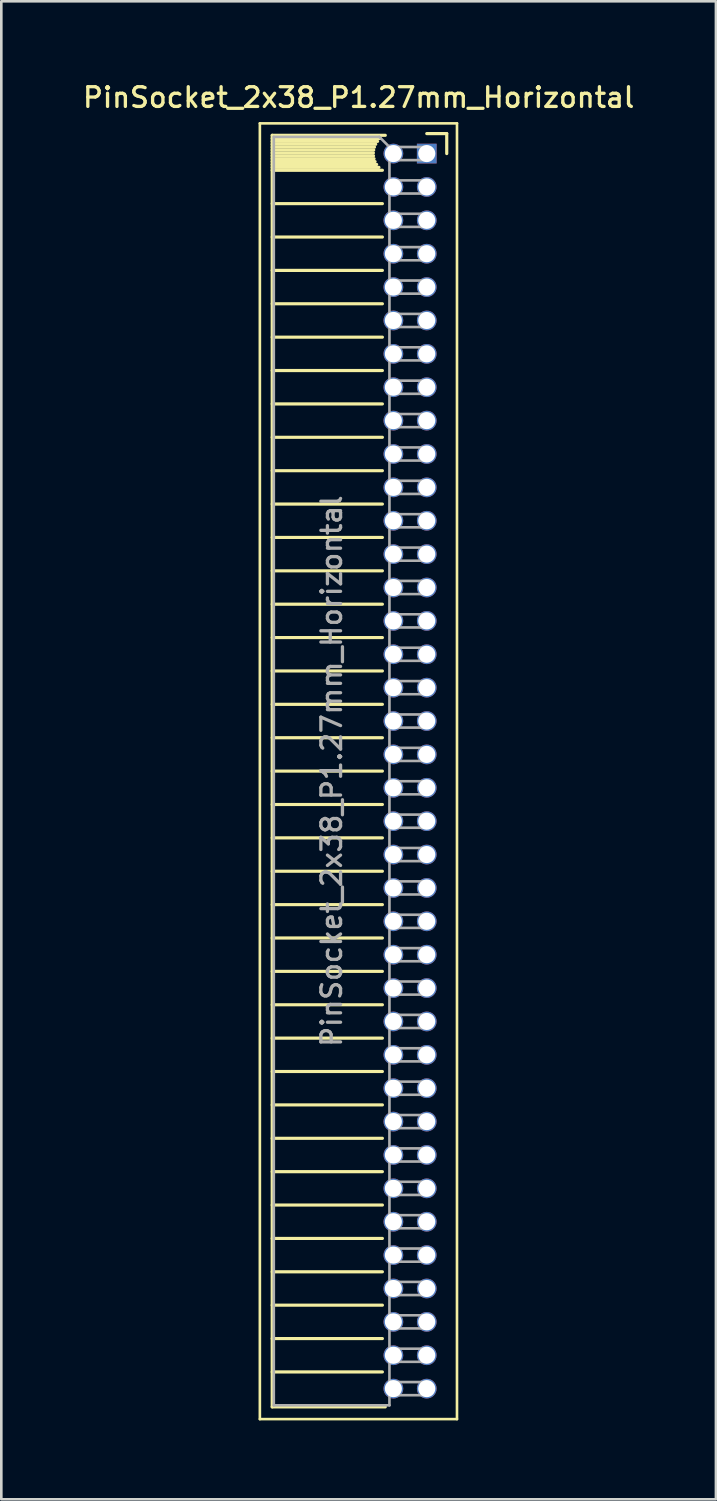
<source format=kicad_pcb>
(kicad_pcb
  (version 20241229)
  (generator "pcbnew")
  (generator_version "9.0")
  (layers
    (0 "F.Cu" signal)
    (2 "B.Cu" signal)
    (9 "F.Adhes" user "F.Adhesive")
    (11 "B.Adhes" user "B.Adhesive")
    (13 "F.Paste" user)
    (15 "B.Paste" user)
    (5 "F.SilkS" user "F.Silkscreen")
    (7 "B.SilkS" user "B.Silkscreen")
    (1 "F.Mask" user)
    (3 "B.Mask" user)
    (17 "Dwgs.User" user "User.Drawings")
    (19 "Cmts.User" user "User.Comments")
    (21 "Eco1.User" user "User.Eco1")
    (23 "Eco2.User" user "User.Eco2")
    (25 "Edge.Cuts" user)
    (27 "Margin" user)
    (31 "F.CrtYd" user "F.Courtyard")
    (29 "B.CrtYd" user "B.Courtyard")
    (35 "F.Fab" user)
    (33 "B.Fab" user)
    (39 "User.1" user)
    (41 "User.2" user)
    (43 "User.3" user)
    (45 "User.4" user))
  (footprint "PinSocket_2x38_P1.27mm_Horizontal"
    (layer "F.Cu")
    (at 13.187 2.793)
    (property "Reference" "PinSocket_2x38_P1.27mm_Horizontal" (at -2.592 -2.135 0) (layer "F.SilkS") (effects (font (size 0.75 0.75) (thickness 0.125))))
    (attr through_hole)
    (fp_line (start -6.35 -1.15) (end -6.35 48.15) (stroke (width 0.1) (type solid)) (layer "F.SilkS"))
    (fp_line (start -6.35 48.15) (end 1.15 48.15) (stroke (width 0.1) (type solid)) (layer "F.SilkS"))
    (fp_line (start -5.88 -0.695) (end -5.88 47.685) (stroke (width 0.12) (type solid)) (layer "F.SilkS"))
    (fp_line (start -5.88 -0.695) (end -1.578 -0.695) (stroke (width 0.12) (type solid)) (layer "F.SilkS"))
    (fp_line (start -5.88 -0.575) (end -1.767 -0.575) (stroke (width 0.12) (type solid)) (layer "F.SilkS"))
    (fp_line (start -5.88 -0.465) (end -1.871 -0.465) (stroke (width 0.12) (type solid)) (layer "F.SilkS"))
    (fp_line (start -5.88 -0.355) (end -1.942 -0.355) (stroke (width 0.12) (type solid)) (layer "F.SilkS"))
    (fp_line (start -5.88 -0.245) (end -1.989 -0.245) (stroke (width 0.12) (type solid)) (layer "F.SilkS"))
    (fp_line (start -5.88 -0.135) (end -2.018 -0.135) (stroke (width 0.12) (type solid)) (layer "F.SilkS"))
    (fp_line (start -5.88 -0.025) (end -2.03 -0.025) (stroke (width 0.12) (type solid)) (layer "F.SilkS"))
    (fp_line (start -5.88 0.085) (end -2.025 0.085) (stroke (width 0.12) (type solid)) (layer "F.SilkS"))
    (fp_line (start -5.88 0.195) (end -2.005 0.195) (stroke (width 0.12) (type solid)) (layer "F.SilkS"))
    (fp_line (start -5.88 0.305) (end -1.966 0.305) (stroke (width 0.12) (type solid)) (layer "F.SilkS"))
    (fp_line (start -5.88 0.415) (end -1.907 0.415) (stroke (width 0.12) (type solid)) (layer "F.SilkS"))
    (fp_line (start -5.88 0.525) (end -1.82 0.525) (stroke (width 0.12) (type solid)) (layer "F.SilkS"))
    (fp_line (start -5.88 0.635) (end -1.688 0.635) (stroke (width 0.12) (type solid)) (layer "F.SilkS"))
    (fp_line (start -5.88 1.905) (end -1.688 1.905) (stroke (width 0.12) (type solid)) (layer "F.SilkS"))
    (fp_line (start -5.88 3.175) (end -1.688 3.175) (stroke (width 0.12) (type solid)) (layer "F.SilkS"))
    (fp_line (start -5.88 4.445) (end -1.688 4.445) (stroke (width 0.12) (type solid)) (layer "F.SilkS"))
    (fp_line (start -5.88 5.715) (end -1.688 5.715) (stroke (width 0.12) (type solid)) (layer "F.SilkS"))
    (fp_line (start -5.88 6.985) (end -1.688 6.985) (stroke (width 0.12) (type solid)) (layer "F.SilkS"))
    (fp_line (start -5.88 8.255) (end -1.688 8.255) (stroke (width 0.12) (type solid)) (layer "F.SilkS"))
    (fp_line (start -5.88 9.525) (end -1.688 9.525) (stroke (width 0.12) (type solid)) (layer "F.SilkS"))
    (fp_line (start -5.88 10.795) (end -1.688 10.795) (stroke (width 0.12) (type solid)) (layer "F.SilkS"))
    (fp_line (start -5.88 12.065) (end -1.688 12.065) (stroke (width 0.12) (type solid)) (layer "F.SilkS"))
    (fp_line (start -5.88 13.335) (end -1.688 13.335) (stroke (width 0.12) (type solid)) (layer "F.SilkS"))
    (fp_line (start -5.88 14.605) (end -1.688 14.605) (stroke (width 0.12) (type solid)) (layer "F.SilkS"))
    (fp_line (start -5.88 15.875) (end -1.688 15.875) (stroke (width 0.12) (type solid)) (layer "F.SilkS"))
    (fp_line (start -5.88 17.145) (end -1.688 17.145) (stroke (width 0.12) (type solid)) (layer "F.SilkS"))
    (fp_line (start -5.88 18.415) (end -1.688 18.415) (stroke (width 0.12) (type solid)) (layer "F.SilkS"))
    (fp_line (start -5.88 19.685) (end -1.688 19.685) (stroke (width 0.12) (type solid)) (layer "F.SilkS"))
    (fp_line (start -5.88 20.955) (end -1.688 20.955) (stroke (width 0.12) (type solid)) (layer "F.SilkS"))
    (fp_line (start -5.88 22.225) (end -1.688 22.225) (stroke (width 0.12) (type solid)) (layer "F.SilkS"))
    (fp_line (start -5.88 23.495) (end -1.688 23.495) (stroke (width 0.12) (type solid)) (layer "F.SilkS"))
    (fp_line (start -5.88 24.765) (end -1.688 24.765) (stroke (width 0.12) (type solid)) (layer "F.SilkS"))
    (fp_line (start -5.88 26.035) (end -1.688 26.035) (stroke (width 0.12) (type solid)) (layer "F.SilkS"))
    (fp_line (start -5.88 27.305) (end -1.688 27.305) (stroke (width 0.12) (type solid)) (layer "F.SilkS"))
    (fp_line (start -5.88 28.575) (end -1.688 28.575) (stroke (width 0.12) (type solid)) (layer "F.SilkS"))
    (fp_line (start -5.88 29.845) (end -1.688 29.845) (stroke (width 0.12) (type solid)) (layer "F.SilkS"))
    (fp_line (start -5.88 31.115) (end -1.688 31.115) (stroke (width 0.12) (type solid)) (layer "F.SilkS"))
    (fp_line (start -5.88 32.385) (end -1.688 32.385) (stroke (width 0.12) (type solid)) (layer "F.SilkS"))
    (fp_line (start -5.88 33.655) (end -1.688 33.655) (stroke (width 0.12) (type solid)) (layer "F.SilkS"))
    (fp_line (start -5.88 34.925) (end -1.688 34.925) (stroke (width 0.12) (type solid)) (layer "F.SilkS"))
    (fp_line (start -5.88 36.195) (end -1.688 36.195) (stroke (width 0.12) (type solid)) (layer "F.SilkS"))
    (fp_line (start -5.88 37.465) (end -1.688 37.465) (stroke (width 0.12) (type solid)) (layer "F.SilkS"))
    (fp_line (start -5.88 38.735) (end -1.688 38.735) (stroke (width 0.12) (type solid)) (layer "F.SilkS"))
    (fp_line (start -5.88 40.005) (end -1.688 40.005) (stroke (width 0.12) (type solid)) (layer "F.SilkS"))
    (fp_line (start -5.88 41.275) (end -1.688 41.275) (stroke (width 0.12) (type solid)) (layer "F.SilkS"))
    (fp_line (start -5.88 42.545) (end -1.688 42.545) (stroke (width 0.12) (type solid)) (layer "F.SilkS"))
    (fp_line (start -5.88 43.815) (end -1.688 43.815) (stroke (width 0.12) (type solid)) (layer "F.SilkS"))
    (fp_line (start -5.88 45.085) (end -1.688 45.085) (stroke (width 0.12) (type solid)) (layer "F.SilkS"))
    (fp_line (start -5.88 46.355) (end -1.688 46.355) (stroke (width 0.12) (type solid)) (layer "F.SilkS"))
    (fp_line (start -5.88 47.685) (end -1.578 47.685) (stroke (width 0.12) (type solid)) (layer "F.SilkS"))
    (fp_line (start 0 -0.76) (end 0.76 -0.76) (stroke (width 0.12) (type solid)) (layer "F.SilkS"))
    (fp_line (start 0.76 -0.76) (end 0.76 0) (stroke (width 0.12) (type solid)) (layer "F.SilkS"))
    (fp_line (start 1.15 -1.15) (end -6.35 -1.15) (stroke (width 0.1) (type solid)) (layer "F.SilkS"))
    (fp_line (start 1.15 48.15) (end 1.15 -1.15) (stroke (width 0.1) (type solid)) (layer "F.SilkS"))
    (fp_line (start -5.82 -0.635) (end -1.805 -0.635) (stroke (width 0.1) (type solid)) (layer "F.Fab"))
    (fp_line (start -5.82 47.625) (end -5.82 -0.635) (stroke (width 0.1) (type solid)) (layer "F.Fab"))
    (fp_line (start -1.805 -0.635) (end -1.42 -0.25) (stroke (width 0.1) (type solid)) (layer "F.Fab"))
    (fp_line (start -1.42 -0.25) (end -1.42 47.625) (stroke (width 0.1) (type solid)) (layer "F.Fab"))
    (fp_line (start -1.42 0.25) (end 0 0.25) (stroke (width 0.1) (type solid)) (layer "F.Fab"))
    (fp_line (start -1.42 1.52) (end 0 1.52) (stroke (width 0.1) (type solid)) (layer "F.Fab"))
    (fp_line (start -1.42 2.79) (end 0 2.79) (stroke (width 0.1) (type solid)) (layer "F.Fab"))
    (fp_line (start -1.42 4.06) (end 0 4.06) (stroke (width 0.1) (type solid)) (layer "F.Fab"))
    (fp_line (start -1.42 5.33) (end 0 5.33) (stroke (width 0.1) (type solid)) (layer "F.Fab"))
    (fp_line (start -1.42 6.6) (end 0 6.6) (stroke (width 0.1) (type solid)) (layer "F.Fab"))
    (fp_line (start -1.42 7.87) (end 0 7.87) (stroke (width 0.1) (type solid)) (layer "F.Fab"))
    (fp_line (start -1.42 9.14) (end 0 9.14) (stroke (width 0.1) (type solid)) (layer "F.Fab"))
    (fp_line (start -1.42 10.41) (end 0 10.41) (stroke (width 0.1) (type solid)) (layer "F.Fab"))
    (fp_line (start -1.42 11.68) (end 0 11.68) (stroke (width 0.1) (type solid)) (layer "F.Fab"))
    (fp_line (start -1.42 12.95) (end 0 12.95) (stroke (width 0.1) (type solid)) (layer "F.Fab"))
    (fp_line (start -1.42 14.22) (end 0 14.22) (stroke (width 0.1) (type solid)) (layer "F.Fab"))
    (fp_line (start -1.42 15.49) (end 0 15.49) (stroke (width 0.1) (type solid)) (layer "F.Fab"))
    (fp_line (start -1.42 16.76) (end 0 16.76) (stroke (width 0.1) (type solid)) (layer "F.Fab"))
    (fp_line (start -1.42 18.03) (end 0 18.03) (stroke (width 0.1) (type solid)) (layer "F.Fab"))
    (fp_line (start -1.42 19.3) (end 0 19.3) (stroke (width 0.1) (type solid)) (layer "F.Fab"))
    (fp_line (start -1.42 20.57) (end 0 20.57) (stroke (width 0.1) (type solid)) (layer "F.Fab"))
    (fp_line (start -1.42 21.84) (end 0 21.84) (stroke (width 0.1) (type solid)) (layer "F.Fab"))
    (fp_line (start -1.42 23.11) (end 0 23.11) (stroke (width 0.1) (type solid)) (layer "F.Fab"))
    (fp_line (start -1.42 24.38) (end 0 24.38) (stroke (width 0.1) (type solid)) (layer "F.Fab"))
    (fp_line (start -1.42 25.65) (end 0 25.65) (stroke (width 0.1) (type solid)) (layer "F.Fab"))
    (fp_line (start -1.42 26.92) (end 0 26.92) (stroke (width 0.1) (type solid)) (layer "F.Fab"))
    (fp_line (start -1.42 28.19) (end 0 28.19) (stroke (width 0.1) (type solid)) (layer "F.Fab"))
    (fp_line (start -1.42 29.46) (end 0 29.46) (stroke (width 0.1) (type solid)) (layer "F.Fab"))
    (fp_line (start -1.42 30.73) (end 0 30.73) (stroke (width 0.1) (type solid)) (layer "F.Fab"))
    (fp_line (start -1.42 32) (end 0 32) (stroke (width 0.1) (type solid)) (layer "F.Fab"))
    (fp_line (start -1.42 33.27) (end 0 33.27) (stroke (width 0.1) (type solid)) (layer "F.Fab"))
    (fp_line (start -1.42 34.54) (end 0 34.54) (stroke (width 0.1) (type solid)) (layer "F.Fab"))
    (fp_line (start -1.42 35.81) (end 0 35.81) (stroke (width 0.1) (type solid)) (layer "F.Fab"))
    (fp_line (start -1.42 37.08) (end 0 37.08) (stroke (width 0.1) (type solid)) (layer "F.Fab"))
    (fp_line (start -1.42 38.35) (end 0 38.35) (stroke (width 0.1) (type solid)) (layer "F.Fab"))
    (fp_line (start -1.42 39.62) (end 0 39.62) (stroke (width 0.1) (type solid)) (layer "F.Fab"))
    (fp_line (start -1.42 40.89) (end 0 40.89) (stroke (width 0.1) (type solid)) (layer "F.Fab"))
    (fp_line (start -1.42 42.16) (end 0 42.16) (stroke (width 0.1) (type solid)) (layer "F.Fab"))
    (fp_line (start -1.42 43.43) (end 0 43.43) (stroke (width 0.1) (type solid)) (layer "F.Fab"))
    (fp_line (start -1.42 44.7) (end 0 44.7) (stroke (width 0.1) (type solid)) (layer "F.Fab"))
    (fp_line (start -1.42 45.97) (end 0 45.97) (stroke (width 0.1) (type solid)) (layer "F.Fab"))
    (fp_line (start -1.42 47.24) (end 0 47.24) (stroke (width 0.1) (type solid)) (layer "F.Fab"))
    (fp_line (start -1.42 47.625) (end -5.82 47.625) (stroke (width 0.1) (type solid)) (layer "F.Fab"))
    (fp_line (start 0 -0.25) (end -1.42 -0.25) (stroke (width 0.1) (type solid)) (layer "F.Fab"))
    (fp_line (start 0 0.25) (end 0 -0.25) (stroke (width 0.1) (type solid)) (layer "F.Fab"))
    (fp_line (start 0 1.02) (end -1.42 1.02) (stroke (width 0.1) (type solid)) (layer "F.Fab"))
    (fp_line (start 0 1.52) (end 0 1.02) (stroke (width 0.1) (type solid)) (layer "F.Fab"))
    (fp_line (start 0 2.29) (end -1.42 2.29) (stroke (width 0.1) (type solid)) (layer "F.Fab"))
    (fp_line (start 0 2.79) (end 0 2.29) (stroke (width 0.1) (type solid)) (layer "F.Fab"))
    (fp_line (start 0 3.56) (end -1.42 3.56) (stroke (width 0.1) (type solid)) (layer "F.Fab"))
    (fp_line (start 0 4.06) (end 0 3.56) (stroke (width 0.1) (type solid)) (layer "F.Fab"))
    (fp_line (start 0 4.83) (end -1.42 4.83) (stroke (width 0.1) (type solid)) (layer "F.Fab"))
    (fp_line (start 0 5.33) (end 0 4.83) (stroke (width 0.1) (type solid)) (layer "F.Fab"))
    (fp_line (start 0 6.1) (end -1.42 6.1) (stroke (width 0.1) (type solid)) (layer "F.Fab"))
    (fp_line (start 0 6.6) (end 0 6.1) (stroke (width 0.1) (type solid)) (layer "F.Fab"))
    (fp_line (start 0 7.37) (end -1.42 7.37) (stroke (width 0.1) (type solid)) (layer "F.Fab"))
    (fp_line (start 0 7.87) (end 0 7.37) (stroke (width 0.1) (type solid)) (layer "F.Fab"))
    (fp_line (start 0 8.64) (end -1.42 8.64) (stroke (width 0.1) (type solid)) (layer "F.Fab"))
    (fp_line (start 0 9.14) (end 0 8.64) (stroke (width 0.1) (type solid)) (layer "F.Fab"))
    (fp_line (start 0 9.91) (end -1.42 9.91) (stroke (width 0.1) (type solid)) (layer "F.Fab"))
    (fp_line (start 0 10.41) (end 0 9.91) (stroke (width 0.1) (type solid)) (layer "F.Fab"))
    (fp_line (start 0 11.18) (end -1.42 11.18) (stroke (width 0.1) (type solid)) (layer "F.Fab"))
    (fp_line (start 0 11.68) (end 0 11.18) (stroke (width 0.1) (type solid)) (layer "F.Fab"))
    (fp_line (start 0 12.45) (end -1.42 12.45) (stroke (width 0.1) (type solid)) (layer "F.Fab"))
    (fp_line (start 0 12.95) (end 0 12.45) (stroke (width 0.1) (type solid)) (layer "F.Fab"))
    (fp_line (start 0 13.72) (end -1.42 13.72) (stroke (width 0.1) (type solid)) (layer "F.Fab"))
    (fp_line (start 0 14.22) (end 0 13.72) (stroke (width 0.1) (type solid)) (layer "F.Fab"))
    (fp_line (start 0 14.99) (end -1.42 14.99) (stroke (width 0.1) (type solid)) (layer "F.Fab"))
    (fp_line (start 0 15.49) (end 0 14.99) (stroke (width 0.1) (type solid)) (layer "F.Fab"))
    (fp_line (start 0 16.26) (end -1.42 16.26) (stroke (width 0.1) (type solid)) (layer "F.Fab"))
    (fp_line (start 0 16.76) (end 0 16.26) (stroke (width 0.1) (type solid)) (layer "F.Fab"))
    (fp_line (start 0 17.53) (end -1.42 17.53) (stroke (width 0.1) (type solid)) (layer "F.Fab"))
    (fp_line (start 0 18.03) (end 0 17.53) (stroke (width 0.1) (type solid)) (layer "F.Fab"))
    (fp_line (start 0 18.8) (end -1.42 18.8) (stroke (width 0.1) (type solid)) (layer "F.Fab"))
    (fp_line (start 0 19.3) (end 0 18.8) (stroke (width 0.1) (type solid)) (layer "F.Fab"))
    (fp_line (start 0 20.07) (end -1.42 20.07) (stroke (width 0.1) (type solid)) (layer "F.Fab"))
    (fp_line (start 0 20.57) (end 0 20.07) (stroke (width 0.1) (type solid)) (layer "F.Fab"))
    (fp_line (start 0 21.34) (end -1.42 21.34) (stroke (width 0.1) (type solid)) (layer "F.Fab"))
    (fp_line (start 0 21.84) (end 0 21.34) (stroke (width 0.1) (type solid)) (layer "F.Fab"))
    (fp_line (start 0 22.61) (end -1.42 22.61) (stroke (width 0.1) (type solid)) (layer "F.Fab"))
    (fp_line (start 0 23.11) (end 0 22.61) (stroke (width 0.1) (type solid)) (layer "F.Fab"))
    (fp_line (start 0 23.88) (end -1.42 23.88) (stroke (width 0.1) (type solid)) (layer "F.Fab"))
    (fp_line (start 0 24.38) (end 0 23.88) (stroke (width 0.1) (type solid)) (layer "F.Fab"))
    (fp_line (start 0 25.15) (end -1.42 25.15) (stroke (width 0.1) (type solid)) (layer "F.Fab"))
    (fp_line (start 0 25.65) (end 0 25.15) (stroke (width 0.1) (type solid)) (layer "F.Fab"))
    (fp_line (start 0 26.42) (end -1.42 26.42) (stroke (width 0.1) (type solid)) (layer "F.Fab"))
    (fp_line (start 0 26.92) (end 0 26.42) (stroke (width 0.1) (type solid)) (layer "F.Fab"))
    (fp_line (start 0 27.69) (end -1.42 27.69) (stroke (width 0.1) (type solid)) (layer "F.Fab"))
    (fp_line (start 0 28.19) (end 0 27.69) (stroke (width 0.1) (type solid)) (layer "F.Fab"))
    (fp_line (start 0 28.96) (end -1.42 28.96) (stroke (width 0.1) (type solid)) (layer "F.Fab"))
    (fp_line (start 0 29.46) (end 0 28.96) (stroke (width 0.1) (type solid)) (layer "F.Fab"))
    (fp_line (start 0 30.23) (end -1.42 30.23) (stroke (width 0.1) (type solid)) (layer "F.Fab"))
    (fp_line (start 0 30.73) (end 0 30.23) (stroke (width 0.1) (type solid)) (layer "F.Fab"))
    (fp_line (start 0 31.5) (end -1.42 31.5) (stroke (width 0.1) (type solid)) (layer "F.Fab"))
    (fp_line (start 0 32) (end 0 31.5) (stroke (width 0.1) (type solid)) (layer "F.Fab"))
    (fp_line (start 0 32.77) (end -1.42 32.77) (stroke (width 0.1) (type solid)) (layer "F.Fab"))
    (fp_line (start 0 33.27) (end 0 32.77) (stroke (width 0.1) (type solid)) (layer "F.Fab"))
    (fp_line (start 0 34.04) (end -1.42 34.04) (stroke (width 0.1) (type solid)) (layer "F.Fab"))
    (fp_line (start 0 34.54) (end 0 34.04) (stroke (width 0.1) (type solid)) (layer "F.Fab"))
    (fp_line (start 0 35.31) (end -1.42 35.31) (stroke (width 0.1) (type solid)) (layer "F.Fab"))
    (fp_line (start 0 35.81) (end 0 35.31) (stroke (width 0.1) (type solid)) (layer "F.Fab"))
    (fp_line (start 0 36.58) (end -1.42 36.58) (stroke (width 0.1) (type solid)) (layer "F.Fab"))
    (fp_line (start 0 37.08) (end 0 36.58) (stroke (width 0.1) (type solid)) (layer "F.Fab"))
    (fp_line (start 0 37.85) (end -1.42 37.85) (stroke (width 0.1) (type solid)) (layer "F.Fab"))
    (fp_line (start 0 38.35) (end 0 37.85) (stroke (width 0.1) (type solid)) (layer "F.Fab"))
    (fp_line (start 0 39.12) (end -1.42 39.12) (stroke (width 0.1) (type solid)) (layer "F.Fab"))
    (fp_line (start 0 39.62) (end 0 39.12) (stroke (width 0.1) (type solid)) (layer "F.Fab"))
    (fp_line (start 0 40.39) (end -1.42 40.39) (stroke (width 0.1) (type solid)) (layer "F.Fab"))
    (fp_line (start 0 40.89) (end 0 40.39) (stroke (width 0.1) (type solid)) (layer "F.Fab"))
    (fp_line (start 0 41.66) (end -1.42 41.66) (stroke (width 0.1) (type solid)) (layer "F.Fab"))
    (fp_line (start 0 42.16) (end 0 41.66) (stroke (width 0.1) (type solid)) (layer "F.Fab"))
    (fp_line (start 0 42.93) (end -1.42 42.93) (stroke (width 0.1) (type solid)) (layer "F.Fab"))
    (fp_line (start 0 43.43) (end 0 42.93) (stroke (width 0.1) (type solid)) (layer "F.Fab"))
    (fp_line (start 0 44.2) (end -1.42 44.2) (stroke (width 0.1) (type solid)) (layer "F.Fab"))
    (fp_line (start 0 44.7) (end 0 44.2) (stroke (width 0.1) (type solid)) (layer "F.Fab"))
    (fp_line (start 0 45.47) (end -1.42 45.47) (stroke (width 0.1) (type solid)) (layer "F.Fab"))
    (fp_line (start 0 45.97) (end 0 45.47) (stroke (width 0.1) (type solid)) (layer "F.Fab"))
    (fp_line (start 0 46.74) (end -1.42 46.74) (stroke (width 0.1) (type solid)) (layer "F.Fab"))
    (fp_line (start 0 47.24) (end 0 46.74) (stroke (width 0.1) (type solid)) (layer "F.Fab"))
    (fp_text user "${REFERENCE}" (at -3.62 23.495 90) (layer "F.Fab") (effects (font (size 0.75 0.75) (thickness 0.125))))
    (pad "1" thru_hole rect (at 0 0) (size 0.75 0.75) (drill 0.65) (layers "*.Cu" "*.Mask"))
    (pad "2" thru_hole oval (at -1.27 0) (size 0.75 0.75) (drill 0.65) (layers "*.Cu" "*.Mask"))
    (pad "3" thru_hole oval (at 0 1.27) (size 0.75 0.75) (drill 0.65) (layers "*.Cu" "*.Mask"))
    (pad "4" thru_hole oval (at -1.27 1.27) (size 0.75 0.75) (drill 0.65) (layers "*.Cu" "*.Mask"))
    (pad "5" thru_hole oval (at 0 2.54) (size 0.75 0.75) (drill 0.65) (layers "*.Cu" "*.Mask"))
    (pad "6" thru_hole oval (at -1.27 2.54) (size 0.75 0.75) (drill 0.65) (layers "*.Cu" "*.Mask"))
    (pad "7" thru_hole oval (at 0 3.81) (size 0.75 0.75) (drill 0.65) (layers "*.Cu" "*.Mask"))
    (pad "8" thru_hole oval (at -1.27 3.81) (size 0.75 0.75) (drill 0.65) (layers "*.Cu" "*.Mask"))
    (pad "9" thru_hole oval (at 0 5.08) (size 0.75 0.75) (drill 0.65) (layers "*.Cu" "*.Mask"))
    (pad "10" thru_hole oval (at -1.27 5.08) (size 0.75 0.75) (drill 0.65) (layers "*.Cu" "*.Mask"))
    (pad "11" thru_hole oval (at 0 6.35) (size 0.75 0.75) (drill 0.65) (layers "*.Cu" "*.Mask"))
    (pad "12" thru_hole oval (at -1.27 6.35) (size 0.75 0.75) (drill 0.65) (layers "*.Cu" "*.Mask"))
    (pad "13" thru_hole oval (at 0 7.62) (size 0.75 0.75) (drill 0.65) (layers "*.Cu" "*.Mask"))
    (pad "14" thru_hole oval (at -1.27 7.62) (size 0.75 0.75) (drill 0.65) (layers "*.Cu" "*.Mask"))
    (pad "15" thru_hole oval (at 0 8.89) (size 0.75 0.75) (drill 0.65) (layers "*.Cu" "*.Mask"))
    (pad "16" thru_hole oval (at -1.27 8.89) (size 0.75 0.75) (drill 0.65) (layers "*.Cu" "*.Mask"))
    (pad "17" thru_hole oval (at 0 10.16) (size 0.75 0.75) (drill 0.65) (layers "*.Cu" "*.Mask"))
    (pad "18" thru_hole oval (at -1.27 10.16) (size 0.75 0.75) (drill 0.65) (layers "*.Cu" "*.Mask"))
    (pad "19" thru_hole oval (at 0 11.43) (size 0.75 0.75) (drill 0.65) (layers "*.Cu" "*.Mask"))
    (pad "20" thru_hole oval (at -1.27 11.43) (size 0.75 0.75) (drill 0.65) (layers "*.Cu" "*.Mask"))
    (pad "21" thru_hole oval (at 0 12.7) (size 0.75 0.75) (drill 0.65) (layers "*.Cu" "*.Mask"))
    (pad "22" thru_hole oval (at -1.27 12.7) (size 0.75 0.75) (drill 0.65) (layers "*.Cu" "*.Mask"))
    (pad "23" thru_hole oval (at 0 13.97) (size 0.75 0.75) (drill 0.65) (layers "*.Cu" "*.Mask"))
    (pad "24" thru_hole oval (at -1.27 13.97) (size 0.75 0.75) (drill 0.65) (layers "*.Cu" "*.Mask"))
    (pad "25" thru_hole oval (at 0 15.24) (size 0.75 0.75) (drill 0.65) (layers "*.Cu" "*.Mask"))
    (pad "26" thru_hole oval (at -1.27 15.24) (size 0.75 0.75) (drill 0.65) (layers "*.Cu" "*.Mask"))
    (pad "27" thru_hole oval (at 0 16.51) (size 0.75 0.75) (drill 0.65) (layers "*.Cu" "*.Mask"))
    (pad "28" thru_hole oval (at -1.27 16.51) (size 0.75 0.75) (drill 0.65) (layers "*.Cu" "*.Mask"))
    (pad "29" thru_hole oval (at 0 17.78) (size 0.75 0.75) (drill 0.65) (layers "*.Cu" "*.Mask"))
    (pad "30" thru_hole oval (at -1.27 17.78) (size 0.75 0.75) (drill 0.65) (layers "*.Cu" "*.Mask"))
    (pad "31" thru_hole oval (at 0 19.05) (size 0.75 0.75) (drill 0.65) (layers "*.Cu" "*.Mask"))
    (pad "32" thru_hole oval (at -1.27 19.05) (size 0.75 0.75) (drill 0.65) (layers "*.Cu" "*.Mask"))
    (pad "33" thru_hole oval (at 0 20.32) (size 0.75 0.75) (drill 0.65) (layers "*.Cu" "*.Mask"))
    (pad "34" thru_hole oval (at -1.27 20.32) (size 0.75 0.75) (drill 0.65) (layers "*.Cu" "*.Mask"))
    (pad "35" thru_hole oval (at 0 21.59) (size 0.75 0.75) (drill 0.65) (layers "*.Cu" "*.Mask"))
    (pad "36" thru_hole oval (at -1.27 21.59) (size 0.75 0.75) (drill 0.65) (layers "*.Cu" "*.Mask"))
    (pad "37" thru_hole oval (at 0 22.86) (size 0.75 0.75) (drill 0.65) (layers "*.Cu" "*.Mask"))
    (pad "38" thru_hole oval (at -1.27 22.86) (size 0.75 0.75) (drill 0.65) (layers "*.Cu" "*.Mask"))
    (pad "39" thru_hole oval (at 0 24.13) (size 0.75 0.75) (drill 0.65) (layers "*.Cu" "*.Mask"))
    (pad "40" thru_hole oval (at -1.27 24.13) (size 0.75 0.75) (drill 0.65) (layers "*.Cu" "*.Mask"))
    (pad "41" thru_hole oval (at 0 25.4) (size 0.75 0.75) (drill 0.65) (layers "*.Cu" "*.Mask"))
    (pad "42" thru_hole oval (at -1.27 25.4) (size 0.75 0.75) (drill 0.65) (layers "*.Cu" "*.Mask"))
    (pad "43" thru_hole oval (at 0 26.67) (size 0.75 0.75) (drill 0.65) (layers "*.Cu" "*.Mask"))
    (pad "44" thru_hole oval (at -1.27 26.67) (size 0.75 0.75) (drill 0.65) (layers "*.Cu" "*.Mask"))
    (pad "45" thru_hole oval (at 0 27.94) (size 0.75 0.75) (drill 0.65) (layers "*.Cu" "*.Mask"))
    (pad "46" thru_hole oval (at -1.27 27.94) (size 0.75 0.75) (drill 0.65) (layers "*.Cu" "*.Mask"))
    (pad "47" thru_hole oval (at 0 29.21) (size 0.75 0.75) (drill 0.65) (layers "*.Cu" "*.Mask"))
    (pad "48" thru_hole oval (at -1.27 29.21) (size 0.75 0.75) (drill 0.65) (layers "*.Cu" "*.Mask"))
    (pad "49" thru_hole oval (at 0 30.48) (size 0.75 0.75) (drill 0.65) (layers "*.Cu" "*.Mask"))
    (pad "50" thru_hole oval (at -1.27 30.48) (size 0.75 0.75) (drill 0.65) (layers "*.Cu" "*.Mask"))
    (pad "51" thru_hole oval (at 0 31.75) (size 0.75 0.75) (drill 0.65) (layers "*.Cu" "*.Mask"))
    (pad "52" thru_hole oval (at -1.27 31.75) (size 0.75 0.75) (drill 0.65) (layers "*.Cu" "*.Mask"))
    (pad "53" thru_hole oval (at 0 33.02) (size 0.75 0.75) (drill 0.65) (layers "*.Cu" "*.Mask"))
    (pad "54" thru_hole oval (at -1.27 33.02) (size 0.75 0.75) (drill 0.65) (layers "*.Cu" "*.Mask"))
    (pad "55" thru_hole oval (at 0 34.29) (size 0.75 0.75) (drill 0.65) (layers "*.Cu" "*.Mask"))
    (pad "56" thru_hole oval (at -1.27 34.29) (size 0.75 0.75) (drill 0.65) (layers "*.Cu" "*.Mask"))
    (pad "57" thru_hole oval (at 0 35.56) (size 0.75 0.75) (drill 0.65) (layers "*.Cu" "*.Mask"))
    (pad "58" thru_hole oval (at -1.27 35.56) (size 0.75 0.75) (drill 0.65) (layers "*.Cu" "*.Mask"))
    (pad "59" thru_hole oval (at 0 36.83) (size 0.75 0.75) (drill 0.65) (layers "*.Cu" "*.Mask"))
    (pad "60" thru_hole oval (at -1.27 36.83) (size 0.75 0.75) (drill 0.65) (layers "*.Cu" "*.Mask"))
    (pad "61" thru_hole oval (at 0 38.1) (size 0.75 0.75) (drill 0.65) (layers "*.Cu" "*.Mask"))
    (pad "62" thru_hole oval (at -1.27 38.1) (size 0.75 0.75) (drill 0.65) (layers "*.Cu" "*.Mask"))
    (pad "63" thru_hole oval (at 0 39.37) (size 0.75 0.75) (drill 0.65) (layers "*.Cu" "*.Mask"))
    (pad "64" thru_hole oval (at -1.27 39.37) (size 0.75 0.75) (drill 0.65) (layers "*.Cu" "*.Mask"))
    (pad "65" thru_hole oval (at 0 40.64) (size 0.75 0.75) (drill 0.65) (layers "*.Cu" "*.Mask"))
    (pad "66" thru_hole oval (at -1.27 40.64) (size 0.75 0.75) (drill 0.65) (layers "*.Cu" "*.Mask"))
    (pad "67" thru_hole oval (at 0 41.91) (size 0.75 0.75) (drill 0.65) (layers "*.Cu" "*.Mask"))
    (pad "68" thru_hole oval (at -1.27 41.91) (size 0.75 0.75) (drill 0.65) (layers "*.Cu" "*.Mask"))
    (pad "69" thru_hole oval (at 0 43.18) (size 0.75 0.75) (drill 0.65) (layers "*.Cu" "*.Mask"))
    (pad "70" thru_hole oval (at -1.27 43.18) (size 0.75 0.75) (drill 0.65) (layers "*.Cu" "*.Mask"))
    (pad "71" thru_hole oval (at 0 44.45) (size 0.75 0.75) (drill 0.65) (layers "*.Cu" "*.Mask"))
    (pad "72" thru_hole oval (at -1.27 44.45) (size 0.75 0.75) (drill 0.65) (layers "*.Cu" "*.Mask"))
    (pad "73" thru_hole oval (at 0 45.72) (size 0.75 0.75) (drill 0.65) (layers "*.Cu" "*.Mask"))
    (pad "74" thru_hole oval (at -1.27 45.72) (size 0.75 0.75) (drill 0.65) (layers "*.Cu" "*.Mask"))
    (pad "75" thru_hole oval (at 0 46.99) (size 0.75 0.75) (drill 0.65) (layers "*.Cu" "*.Mask"))
    (pad "76" thru_hole oval (at -1.27 46.99) (size 0.75 0.75) (drill 0.65) (layers "*.Cu" "*.Mask")))
  (gr_rect
    (start -3 -3)
    (end 24.189 53.993)
    (stroke (width 0.1) (type default))
    (fill no)
    (layer "Edge.Cuts")))
</source>
